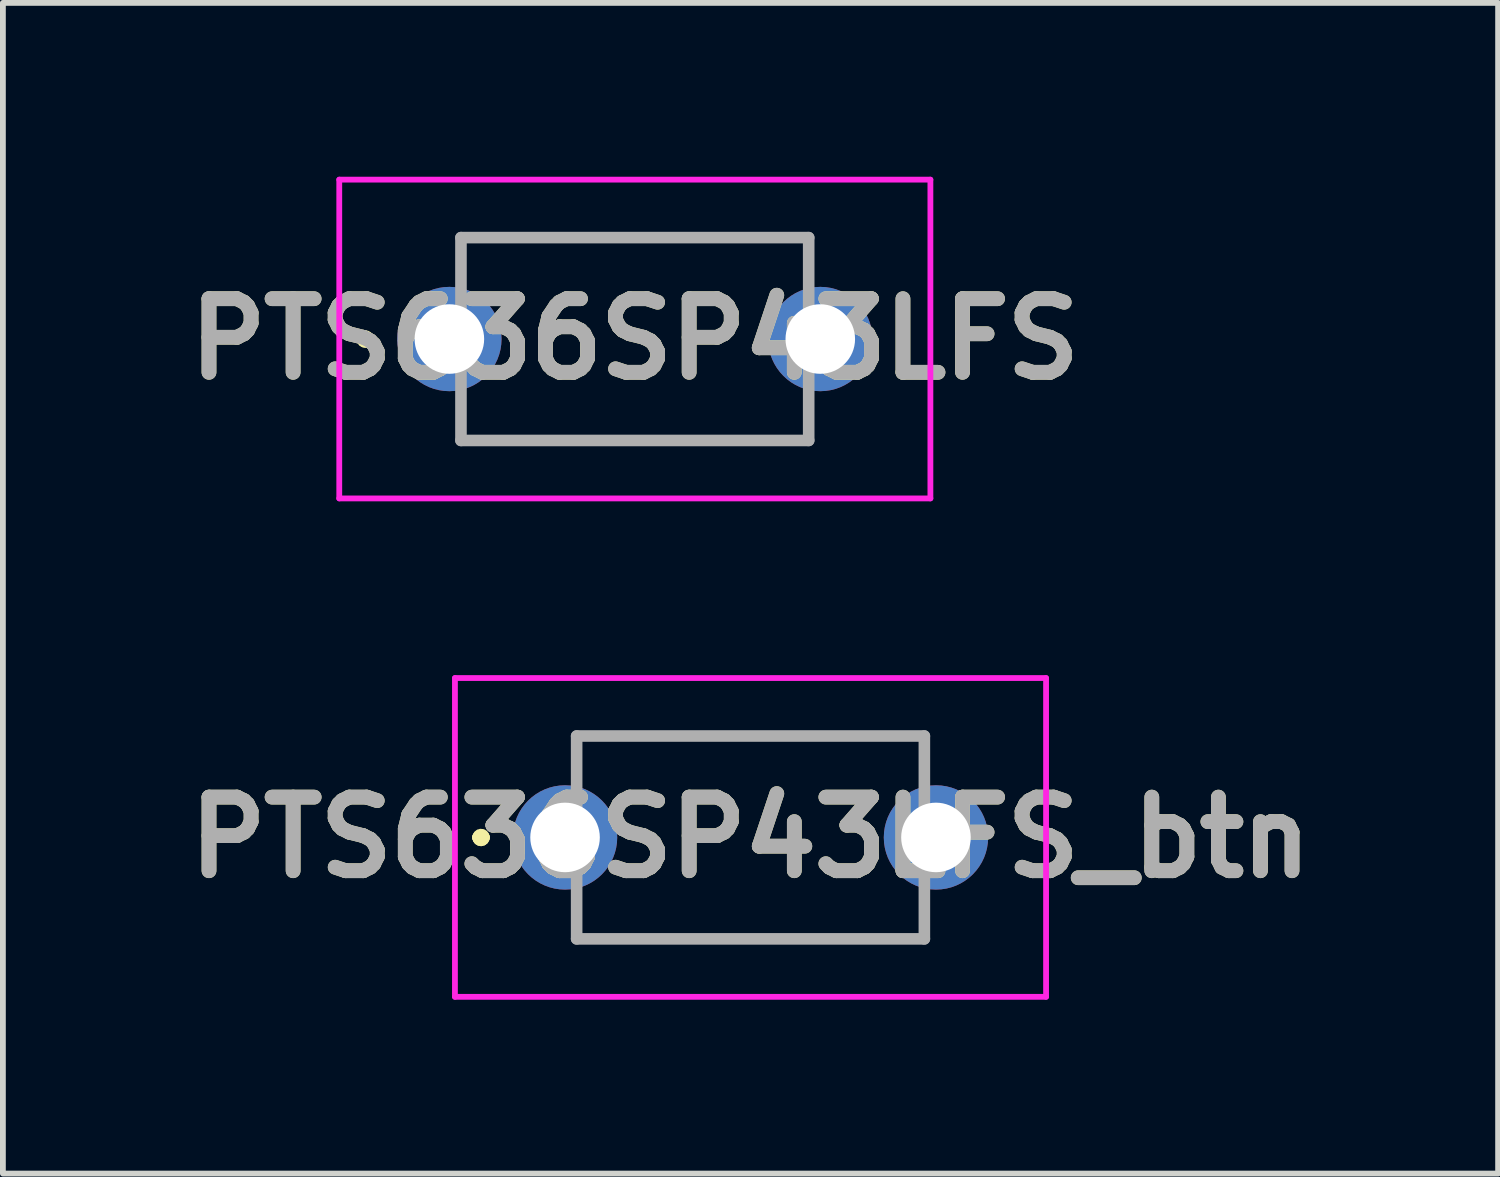
<source format=kicad_pcb>
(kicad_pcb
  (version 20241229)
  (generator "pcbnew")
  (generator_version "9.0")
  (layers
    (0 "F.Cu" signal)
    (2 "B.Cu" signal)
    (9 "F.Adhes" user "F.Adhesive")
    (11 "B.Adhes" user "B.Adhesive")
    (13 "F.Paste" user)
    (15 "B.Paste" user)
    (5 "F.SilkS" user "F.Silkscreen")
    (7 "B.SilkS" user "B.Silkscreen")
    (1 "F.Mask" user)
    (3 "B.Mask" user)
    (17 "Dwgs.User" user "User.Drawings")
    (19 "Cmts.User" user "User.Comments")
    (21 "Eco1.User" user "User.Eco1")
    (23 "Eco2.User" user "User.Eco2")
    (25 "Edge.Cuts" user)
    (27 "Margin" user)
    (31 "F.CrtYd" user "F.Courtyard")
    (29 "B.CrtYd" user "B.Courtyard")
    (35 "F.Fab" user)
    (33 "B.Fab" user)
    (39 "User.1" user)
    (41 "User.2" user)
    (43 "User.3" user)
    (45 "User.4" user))
  (footprint "PTS636SP43LFS"
    (layer "F.Cu")
    (at 4.704 2.8)
    (property "Reference" "PTS636SP43LFS" (at 3.2 0 180) (layer "F.SilkS") (effects (font (size 1.27 1.27) (thickness 0.254))))
    (attr through_hole)
    (fp_line (start -1.5 0) (end -1.5 0) (stroke (width 0.2) (type solid)) (layer "F.SilkS"))
    (fp_line (start -1.5 0) (end -1.5 0) (stroke (width 0.2) (type solid)) (layer "F.SilkS"))
    (fp_line (start -1.4 0) (end -1.4 0) (stroke (width 0.2) (type solid)) (layer "F.SilkS"))
    (fp_line (start 0.2 -1.75) (end 0.2 -1.75) (stroke (width 0.1) (type solid)) (layer "F.SilkS"))
    (fp_line (start 0.2 -1.75) (end 0.2 -1.75) (stroke (width 0.1) (type solid)) (layer "F.SilkS"))
    (fp_line (start 0.2 -1.75) (end 0.2 -1.5) (stroke (width 0.1) (type solid)) (layer "F.SilkS"))
    (fp_line (start 0.2 -1.75) (end 6.2 -1.75) (stroke (width 0.1) (type solid)) (layer "F.SilkS"))
    (fp_line (start 0.2 -1.5) (end 0.2 -1.75) (stroke (width 0.1) (type solid)) (layer "F.SilkS"))
    (fp_line (start 0.2 -1.5) (end 0.2 -1.5) (stroke (width 0.1) (type solid)) (layer "F.SilkS"))
    (fp_line (start 0.2 1.5) (end 0.2 1.5) (stroke (width 0.1) (type solid)) (layer "F.SilkS"))
    (fp_line (start 0.2 1.5) (end 0.2 1.75) (stroke (width 0.1) (type solid)) (layer "F.SilkS"))
    (fp_line (start 0.2 1.75) (end 0.2 1.5) (stroke (width 0.1) (type solid)) (layer "F.SilkS"))
    (fp_line (start 0.2 1.75) (end 0.2 1.75) (stroke (width 0.1) (type solid)) (layer "F.SilkS"))
    (fp_line (start 0.2 1.75) (end 0.2 1.75) (stroke (width 0.1) (type solid)) (layer "F.SilkS"))
    (fp_line (start 0.2 1.75) (end 6.2 1.75) (stroke (width 0.1) (type solid)) (layer "F.SilkS"))
    (fp_line (start 6.2 -1.75) (end 0.2 -1.75) (stroke (width 0.1) (type solid)) (layer "F.SilkS"))
    (fp_line (start 6.2 -1.75) (end 6.2 -1.75) (stroke (width 0.1) (type solid)) (layer "F.SilkS"))
    (fp_line (start 6.2 -1.75) (end 6.2 -1.75) (stroke (width 0.1) (type solid)) (layer "F.SilkS"))
    (fp_line (start 6.2 -1.75) (end 6.2 -1.5) (stroke (width 0.1) (type solid)) (layer "F.SilkS"))
    (fp_line (start 6.2 -1.5) (end 6.2 -1.75) (stroke (width 0.1) (type solid)) (layer "F.SilkS"))
    (fp_line (start 6.2 -1.5) (end 6.2 -1.5) (stroke (width 0.1) (type solid)) (layer "F.SilkS"))
    (fp_line (start 6.2 1.5) (end 6.2 1.5) (stroke (width 0.1) (type solid)) (layer "F.SilkS"))
    (fp_line (start 6.2 1.5) (end 6.2 1.75) (stroke (width 0.1) (type solid)) (layer "F.SilkS"))
    (fp_line (start 6.2 1.75) (end 0.2 1.75) (stroke (width 0.1) (type solid)) (layer "F.SilkS"))
    (fp_line (start 6.2 1.75) (end 6.2 1.5) (stroke (width 0.1) (type solid)) (layer "F.SilkS"))
    (fp_line (start 6.2 1.75) (end 6.2 1.75) (stroke (width 0.1) (type solid)) (layer "F.SilkS"))
    (fp_line (start 6.2 1.75) (end 6.2 1.75) (stroke (width 0.1) (type solid)) (layer "F.SilkS"))
    (fp_arc (start -1.5 0) (mid -1.45 -0.05) (end -1.4 0) (stroke (width 0.2) (type solid)) (layer "F.SilkS"))
    (fp_arc (start -1.4 0) (mid -1.45 0.05) (end -1.5 0) (stroke (width 0.2) (type solid)) (layer "F.SilkS"))
    (fp_arc (start -1.4 0) (mid -1.45 0.05) (end -1.5 0) (stroke (width 0.2) (type solid)) (layer "F.SilkS"))
    (fp_line (start -1.9 -2.75) (end 8.3 -2.75) (stroke (width 0.1) (type solid)) (layer "F.CrtYd"))
    (fp_line (start -1.9 2.75) (end -1.9 -2.75) (stroke (width 0.1) (type solid)) (layer "F.CrtYd"))
    (fp_line (start 8.3 -2.75) (end 8.3 2.75) (stroke (width 0.1) (type solid)) (layer "F.CrtYd"))
    (fp_line (start 8.3 2.75) (end -1.9 2.75) (stroke (width 0.1) (type solid)) (layer "F.CrtYd"))
    (fp_line (start 0.2 -1.75) (end 0.2 1.75) (stroke (width 0.2) (type solid)) (layer "F.Fab"))
    (fp_line (start 0.2 1.75) (end 6.2 1.75) (stroke (width 0.2) (type solid)) (layer "F.Fab"))
    (fp_line (start 6.2 -1.75) (end 0.2 -1.75) (stroke (width 0.2) (type solid)) (layer "F.Fab"))
    (fp_line (start 6.2 1.75) (end 6.2 -1.75) (stroke (width 0.2) (type solid)) (layer "F.Fab"))
    (fp_text user "${REFERENCE}" (at 3.2 0 180) (layer "F.Fab") (effects (font (size 1.27 1.27) (thickness 0.254))))
    (pad "1" thru_hole circle (at 0 0) (size 1.8 1.8) (drill 1.2) (layers "*.Cu" "*.Mask"))
    (pad "2" thru_hole circle (at 6.4 0) (size 1.8 1.8) (drill 1.2) (layers "*.Cu" "*.Mask")))
  (footprint "PTS636SP43LFS_btn"
    (layer "F.Cu")
    (at 6.7 11.4)
    (property "Reference" "PTS636SP43LFS_btn" (at 3.2 0 0) (layer "F.SilkS") (effects (font (size 1.27 1.27) (thickness 0.254))))
    (attr through_hole)
    (fp_line (start -1.5 0) (end -1.5 0) (stroke (width 0.2) (type solid)) (layer "F.SilkS"))
    (fp_line (start -1.5 0) (end -1.5 0) (stroke (width 0.2) (type solid)) (layer "F.SilkS"))
    (fp_line (start -1.4 0) (end -1.4 0) (stroke (width 0.2) (type solid)) (layer "F.SilkS"))
    (fp_line (start 0.2 -1.75) (end 0.2 -1.75) (stroke (width 0.1) (type solid)) (layer "F.SilkS"))
    (fp_line (start 0.2 -1.75) (end 0.2 -1.75) (stroke (width 0.1) (type solid)) (layer "F.SilkS"))
    (fp_line (start 0.2 -1.75) (end 0.2 -1.5) (stroke (width 0.1) (type solid)) (layer "F.SilkS"))
    (fp_line (start 0.2 -1.75) (end 6.2 -1.75) (stroke (width 0.1) (type solid)) (layer "F.SilkS"))
    (fp_line (start 0.2 -1.5) (end 0.2 -1.75) (stroke (width 0.1) (type solid)) (layer "F.SilkS"))
    (fp_line (start 0.2 -1.5) (end 0.2 -1.5) (stroke (width 0.1) (type solid)) (layer "F.SilkS"))
    (fp_line (start 0.2 1.5) (end 0.2 1.5) (stroke (width 0.1) (type solid)) (layer "F.SilkS"))
    (fp_line (start 0.2 1.5) (end 0.2 1.75) (stroke (width 0.1) (type solid)) (layer "F.SilkS"))
    (fp_line (start 0.2 1.75) (end 0.2 1.5) (stroke (width 0.1) (type solid)) (layer "F.SilkS"))
    (fp_line (start 0.2 1.75) (end 0.2 1.75) (stroke (width 0.1) (type solid)) (layer "F.SilkS"))
    (fp_line (start 0.2 1.75) (end 0.2 1.75) (stroke (width 0.1) (type solid)) (layer "F.SilkS"))
    (fp_line (start 0.2 1.75) (end 6.2 1.75) (stroke (width 0.1) (type solid)) (layer "F.SilkS"))
    (fp_line (start 6.2 -1.75) (end 0.2 -1.75) (stroke (width 0.1) (type solid)) (layer "F.SilkS"))
    (fp_line (start 6.2 -1.75) (end 6.2 -1.75) (stroke (width 0.1) (type solid)) (layer "F.SilkS"))
    (fp_line (start 6.2 -1.75) (end 6.2 -1.75) (stroke (width 0.1) (type solid)) (layer "F.SilkS"))
    (fp_line (start 6.2 -1.75) (end 6.2 -1.5) (stroke (width 0.1) (type solid)) (layer "F.SilkS"))
    (fp_line (start 6.2 -1.5) (end 6.2 -1.75) (stroke (width 0.1) (type solid)) (layer "F.SilkS"))
    (fp_line (start 6.2 -1.5) (end 6.2 -1.5) (stroke (width 0.1) (type solid)) (layer "F.SilkS"))
    (fp_line (start 6.2 1.5) (end 6.2 1.5) (stroke (width 0.1) (type solid)) (layer "F.SilkS"))
    (fp_line (start 6.2 1.5) (end 6.2 1.75) (stroke (width 0.1) (type solid)) (layer "F.SilkS"))
    (fp_line (start 6.2 1.75) (end 0.2 1.75) (stroke (width 0.1) (type solid)) (layer "F.SilkS"))
    (fp_line (start 6.2 1.75) (end 6.2 1.5) (stroke (width 0.1) (type solid)) (layer "F.SilkS"))
    (fp_line (start 6.2 1.75) (end 6.2 1.75) (stroke (width 0.1) (type solid)) (layer "F.SilkS"))
    (fp_line (start 6.2 1.75) (end 6.2 1.75) (stroke (width 0.1) (type solid)) (layer "F.SilkS"))
    (fp_arc (start -1.5 0) (mid -1.45 -0.05) (end -1.4 0) (stroke (width 0.2) (type solid)) (layer "F.SilkS"))
    (fp_arc (start -1.4 0) (mid -1.45 0.05) (end -1.5 0) (stroke (width 0.2) (type solid)) (layer "F.SilkS"))
    (fp_arc (start -1.4 0) (mid -1.45 0.05) (end -1.5 0) (stroke (width 0.2) (type solid)) (layer "F.SilkS"))
    (fp_line (start -1.9 -2.75) (end 8.3 -2.75) (stroke (width 0.1) (type solid)) (layer "F.CrtYd"))
    (fp_line (start -1.9 2.75) (end -1.9 -2.75) (stroke (width 0.1) (type solid)) (layer "F.CrtYd"))
    (fp_line (start 8.3 -2.75) (end 8.3 2.75) (stroke (width 0.1) (type solid)) (layer "F.CrtYd"))
    (fp_line (start 8.3 2.75) (end -1.9 2.75) (stroke (width 0.1) (type solid)) (layer "F.CrtYd"))
    (fp_line (start 0.2 -1.75) (end 0.2 1.75) (stroke (width 0.2) (type solid)) (layer "F.Fab"))
    (fp_line (start 0.2 1.75) (end 6.2 1.75) (stroke (width 0.2) (type solid)) (layer "F.Fab"))
    (fp_line (start 6.2 -1.75) (end 0.2 -1.75) (stroke (width 0.2) (type solid)) (layer "F.Fab"))
    (fp_line (start 6.2 1.75) (end 6.2 -1.75) (stroke (width 0.2) (type solid)) (layer "F.Fab"))
    (fp_text user "${REFERENCE}" (at 3.2 0 0) (layer "F.Fab") (effects (font (size 1.27 1.27) (thickness 0.254))))
    (pad "1" thru_hole circle (at 0 0) (size 1.8 1.8) (drill 1.2) (layers "*.Cu" "*.Mask"))
    (pad "2" thru_hole circle (at 6.4 0) (size 1.8 1.8) (drill 1.2) (layers "*.Cu" "*.Mask")))
  (gr_rect
    (start -3 -3)
    (end 22.8 17.2)
    (stroke (width 0.1) (type default))
    (fill no)
    (layer "Edge.Cuts")))
</source>
